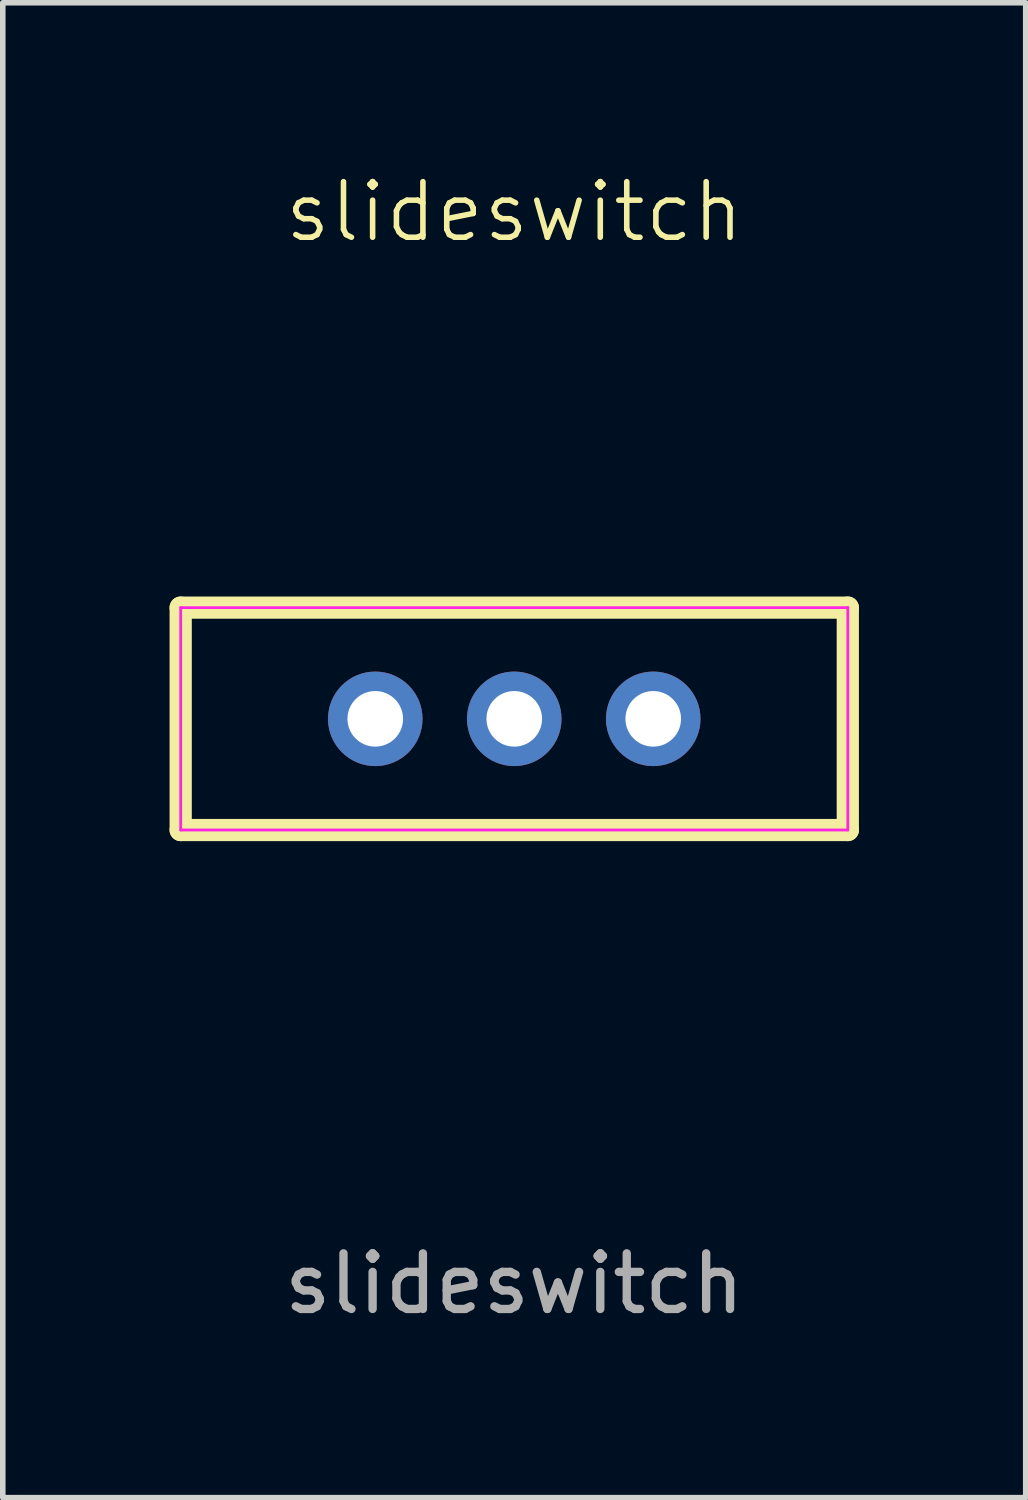
<source format=kicad_pcb>
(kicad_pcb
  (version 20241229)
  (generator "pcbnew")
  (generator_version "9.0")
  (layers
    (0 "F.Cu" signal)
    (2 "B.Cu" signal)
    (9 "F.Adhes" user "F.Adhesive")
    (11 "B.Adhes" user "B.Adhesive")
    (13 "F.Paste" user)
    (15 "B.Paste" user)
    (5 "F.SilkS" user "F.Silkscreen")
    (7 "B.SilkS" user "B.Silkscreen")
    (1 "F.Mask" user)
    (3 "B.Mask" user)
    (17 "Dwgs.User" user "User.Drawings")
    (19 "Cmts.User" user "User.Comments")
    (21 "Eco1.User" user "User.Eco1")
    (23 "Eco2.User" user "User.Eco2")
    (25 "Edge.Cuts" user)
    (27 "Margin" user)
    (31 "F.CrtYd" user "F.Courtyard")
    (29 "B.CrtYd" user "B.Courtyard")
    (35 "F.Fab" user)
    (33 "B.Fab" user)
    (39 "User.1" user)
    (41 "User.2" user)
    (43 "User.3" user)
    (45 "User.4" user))
  (footprint "slideswitch"
    (layer "F.Cu")
    (at 6.2 9.88)
    (property "Reference" "slideswitch" (at 0 -9.12 0) (unlocked yes) (layer "F.SilkS") (effects (font (size 1 1) (thickness 0.1))))
    (attr through_hole)
    (fp_line (start -6 -2) (end -6 2) (stroke (width 0.4) (type default)) (layer "F.SilkS"))
    (fp_line (start -6 2) (end 6 2) (stroke (width 0.4) (type default)) (layer "F.SilkS"))
    (fp_line (start 6 -2) (end -6 -2) (stroke (width 0.4) (type default)) (layer "F.SilkS"))
    (fp_line (start 6 2) (end 6 -2) (stroke (width 0.4) (type default)) (layer "F.SilkS"))
    (fp_line (start -6 -2) (end 6 -2) (stroke (width 0.05) (type default)) (layer "F.CrtYd"))
    (fp_line (start -6 2) (end -6 -2) (stroke (width 0.05) (type default)) (layer "F.CrtYd"))
    (fp_line (start 6 -2) (end 6 -2) (stroke (width 0.05) (type default)) (layer "F.CrtYd"))
    (fp_line (start 6 -2) (end 6 2) (stroke (width 0.05) (type default)) (layer "F.CrtYd"))
    (fp_line (start 6 2) (end -6 2) (stroke (width 0.05) (type default)) (layer "F.CrtYd"))
    (fp_text user "${REFERENCE}" (at 0 10.16 0) (unlocked yes) (layer "F.Fab") (effects (font (size 1 1) (thickness 0.15))))
    (pad "1" thru_hole circle (at -2.5 0) (size 1.7 1.7) (drill 1) (layers "*.Cu" "*.Mask"))
    (pad "2" thru_hole circle (at 0 0) (size 1.7 1.7) (drill 1) (layers "*.Cu" "*.Mask"))
    (pad "3" thru_hole circle (at 2.5 0) (size 1.7 1.7) (drill 1) (layers "*.Cu" "*.Mask")))
  (gr_rect
    (start -3 -3)
    (end 15.4 23.889)
    (stroke (width 0.1) (type default))
    (fill no)
    (layer "Edge.Cuts")))
</source>
